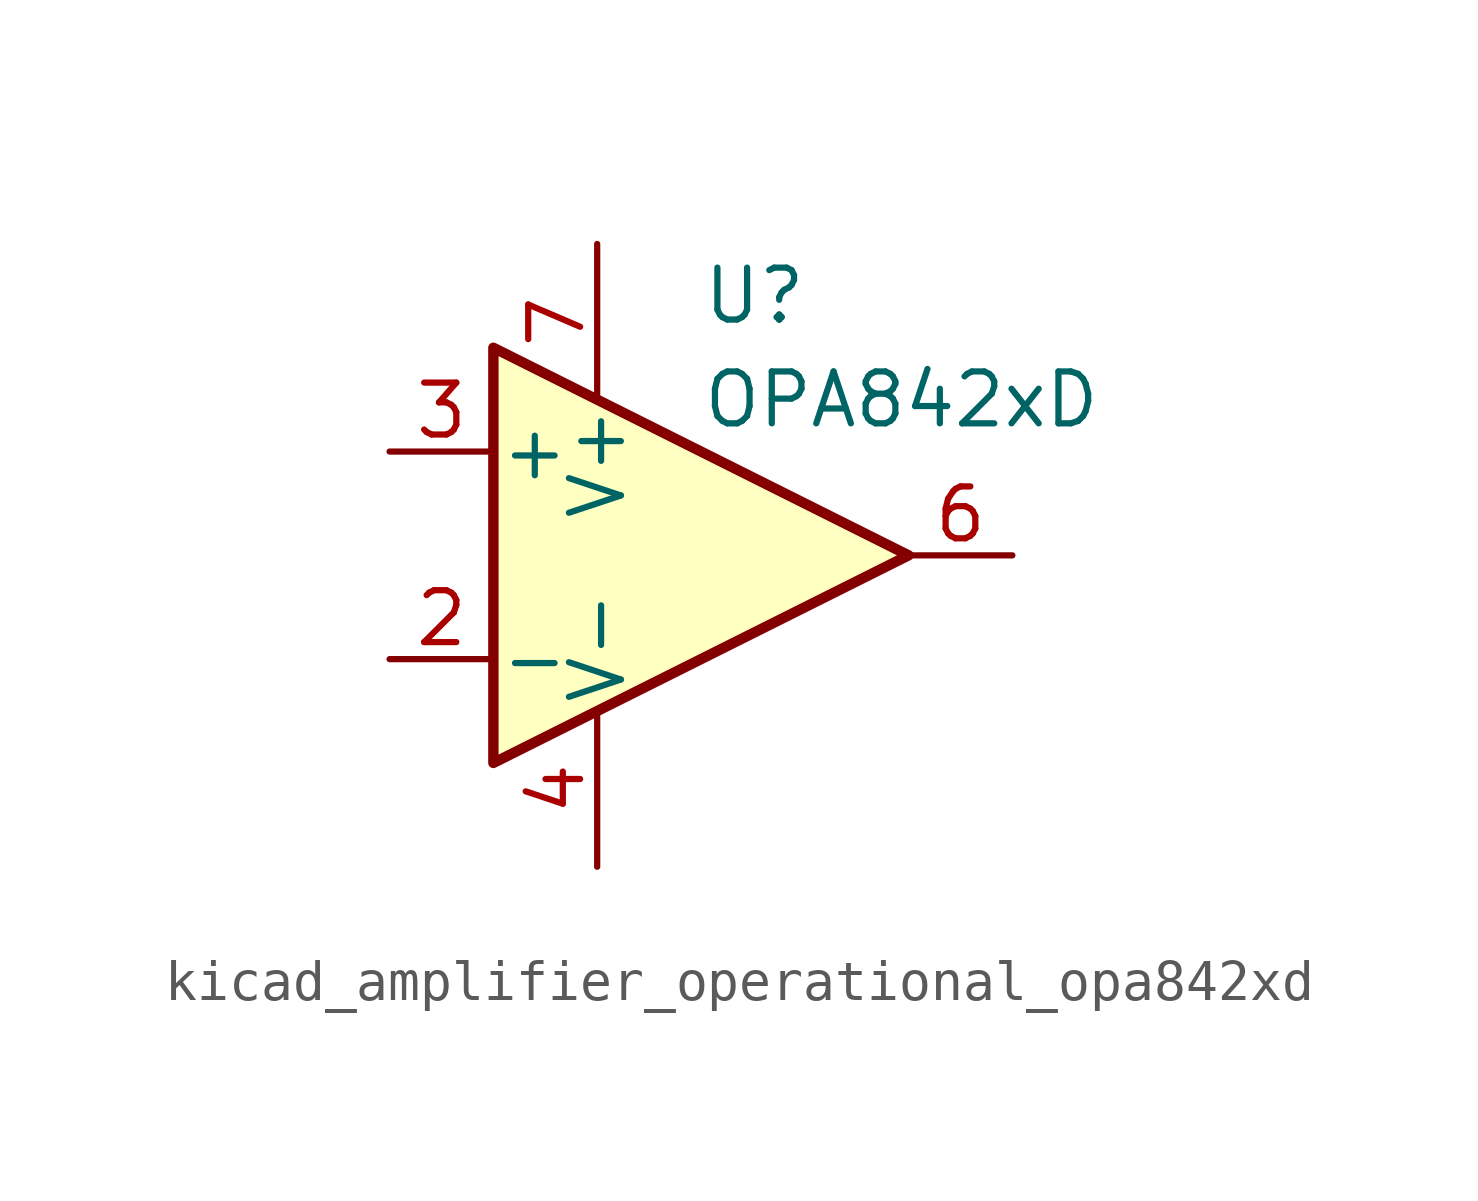
<source format=kicad_sym>
(kicad_symbol_lib
  (version 20220914)
  (generator kicad_symbol_editor)
  (symbol "kicad_amplifier_operational_opa842xd"
    (pin_names
      (offset 0.127))
    (property "Reference" "U"
      (at 0 6.35 0)
      (effects (font (size 1.27 1.27)) (justify left)))
    (property "Value" "OPA842xD"
      (at 0 3.81 0)
      (effects (font (size 1.27 1.27)) (justify left)))
    (symbol "kicad_amplifier_operational_opa842xd_0_1"
      (polyline (pts (xy -5.08 5.08) (xy 5.08 0) (xy -5.08 -5.08) (xy -5.08 5.08)) (stroke (width 0.254) (type default)) (fill (type background))))
    (symbol "kicad_amplifier_operational_opa842xd_1_1"
      (pin no_connect line (at -2.54 2.54 270) (length 2.54) hide (name "NC" (effects (font (size 1.27 1.27)))) (number "1" (effects (font (size 1.27 1.27)))))
      (pin input line (at -7.62 -2.54 0) (length 2.54) (name "-" (effects (font (size 1.27 1.27)))) (number "2" (effects (font (size 1.27 1.27)))))
      (pin input line (at -7.62 2.54 0) (length 2.54) (name "+" (effects (font (size 1.27 1.27)))) (number "3" (effects (font (size 1.27 1.27)))))
      (pin power_in line (at -2.54 -7.62 90) (length 3.81) (name "V-" (effects (font (size 1.27 1.27)))) (number "4" (effects (font (size 1.27 1.27)))))
      (pin no_connect line (at 0 2.54 270) (length 2.54) hide (name "NC" (effects (font (size 1.27 1.27)))) (number "5" (effects (font (size 1.27 1.27)))))
      (pin output line (at 7.62 0 180) (length 2.54) (name "~" (effects (font (size 1.27 1.27)))) (number "6" (effects (font (size 1.27 1.27)))))
      (pin power_in line (at -2.54 7.62 270) (length 3.81) (name "V+" (effects (font (size 1.27 1.27)))) (number "7" (effects (font (size 1.27 1.27)))))
      (pin no_connect line (at 0 -2.54 90) (length 2.54) hide (name "NC" (effects (font (size 1.27 1.27)))) (number "8" (effects (font (size 1.27 1.27))))))))
</source>
